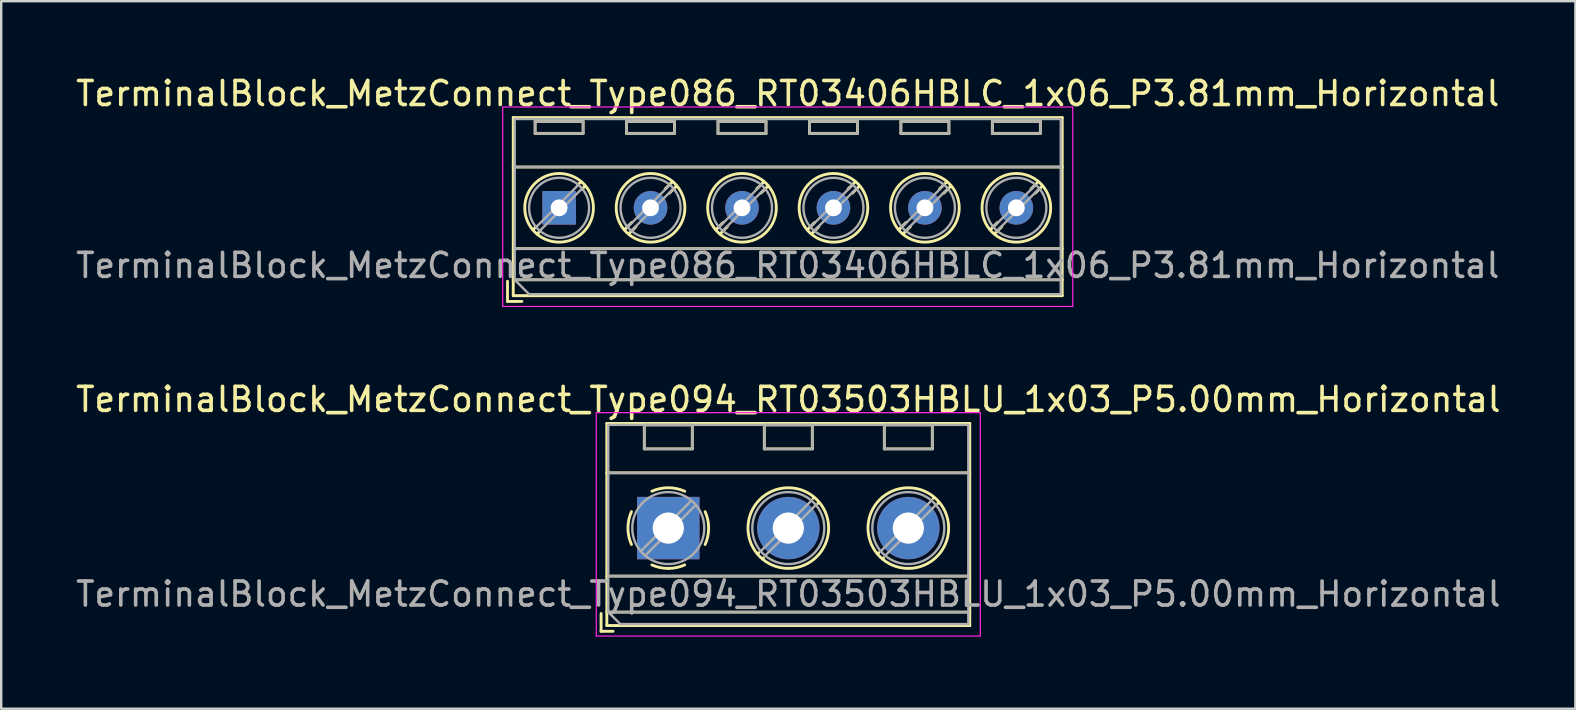
<source format=kicad_pcb>
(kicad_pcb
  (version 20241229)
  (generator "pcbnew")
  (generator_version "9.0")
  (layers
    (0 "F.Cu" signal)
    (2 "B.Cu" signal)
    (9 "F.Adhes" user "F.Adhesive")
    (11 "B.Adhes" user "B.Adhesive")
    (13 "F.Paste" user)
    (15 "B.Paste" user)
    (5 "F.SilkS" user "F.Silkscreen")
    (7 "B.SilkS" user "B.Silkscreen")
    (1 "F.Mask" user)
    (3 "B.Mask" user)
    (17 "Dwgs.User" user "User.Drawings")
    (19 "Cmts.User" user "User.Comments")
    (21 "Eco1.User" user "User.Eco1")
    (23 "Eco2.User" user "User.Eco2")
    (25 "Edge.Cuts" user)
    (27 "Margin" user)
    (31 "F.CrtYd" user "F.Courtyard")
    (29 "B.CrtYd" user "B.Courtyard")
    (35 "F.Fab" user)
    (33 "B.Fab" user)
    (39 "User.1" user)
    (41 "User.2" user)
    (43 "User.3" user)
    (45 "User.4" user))
  (footprint "TerminalBlock_MetzConnect_Type086_RT03406HBLC_1x06_P3.81mm_Horizontal"
    (layer "F.Cu")
    (at 20.243 5.608)
    (property "Reference" "TerminalBlock_MetzConnect_Type086_RT03406HBLC_1x06_P3.81mm_Horizontal" (at 9.525 -4.76 0) (layer "F.SilkS") (effects (font (size 1 1) (thickness 0.15))))
    (attr through_hole)
    (fp_line (start -2.15 3.06) (end -2.15 3.9) (stroke (width 0.12) (type solid)) (layer "F.SilkS"))
    (fp_line (start -2.15 3.9) (end -1.55 3.9) (stroke (width 0.12) (type solid)) (layer "F.SilkS"))
    (fp_line (start -1.91 -3.76) (end -1.91 3.66) (stroke (width 0.12) (type solid)) (layer "F.SilkS"))
    (fp_line (start -1.91 -3.76) (end 20.96 -3.76) (stroke (width 0.12) (type solid)) (layer "F.SilkS"))
    (fp_line (start -1.91 -1.7) (end 20.96 -1.7) (stroke (width 0.12) (type solid)) (layer "F.SilkS"))
    (fp_line (start -1.91 1.701) (end 20.96 1.701) (stroke (width 0.12) (type solid)) (layer "F.SilkS"))
    (fp_line (start -1.91 3) (end 20.96 3) (stroke (width 0.12) (type solid)) (layer "F.SilkS"))
    (fp_line (start -1.91 3.66) (end 20.96 3.66) (stroke (width 0.12) (type solid)) (layer "F.SilkS"))
    (fp_line (start -1 -3.6) (end -1 -3.1) (stroke (width 0.12) (type solid)) (layer "F.SilkS"))
    (fp_line (start -1 -3.6) (end 1 -3.6) (stroke (width 0.12) (type solid)) (layer "F.SilkS"))
    (fp_line (start -1 -3.1) (end 1 -3.1) (stroke (width 0.12) (type solid)) (layer "F.SilkS"))
    (fp_line (start -0.946 0.771) (end -1.085 0.91) (stroke (width 0.12) (type solid)) (layer "F.SilkS"))
    (fp_line (start -0.771 0.945) (end -0.911 1.085) (stroke (width 0.12) (type solid)) (layer "F.SilkS"))
    (fp_line (start 0.911 -1.085) (end 0.771 -0.945) (stroke (width 0.12) (type solid)) (layer "F.SilkS"))
    (fp_line (start 1 -3.6) (end 1 -3.1) (stroke (width 0.12) (type solid)) (layer "F.SilkS"))
    (fp_line (start 1.085 -0.91) (end 0.945 -0.771) (stroke (width 0.12) (type solid)) (layer "F.SilkS"))
    (fp_line (start 2.81 -3.6) (end 2.81 -3.1) (stroke (width 0.12) (type solid)) (layer "F.SilkS"))
    (fp_line (start 2.81 -3.6) (end 4.81 -3.6) (stroke (width 0.12) (type solid)) (layer "F.SilkS"))
    (fp_line (start 2.81 -3.1) (end 4.81 -3.1) (stroke (width 0.12) (type solid)) (layer "F.SilkS"))
    (fp_line (start 3.025 0.611) (end 2.726 0.91) (stroke (width 0.12) (type solid)) (layer "F.SilkS"))
    (fp_line (start 3.2 0.786) (end 2.9 1.085) (stroke (width 0.12) (type solid)) (layer "F.SilkS"))
    (fp_line (start 4.721 -1.085) (end 4.421 -0.786) (stroke (width 0.12) (type solid)) (layer "F.SilkS"))
    (fp_line (start 4.81 -3.6) (end 4.81 -3.1) (stroke (width 0.12) (type solid)) (layer "F.SilkS"))
    (fp_line (start 4.895 -0.91) (end 4.596 -0.611) (stroke (width 0.12) (type solid)) (layer "F.SilkS"))
    (fp_line (start 6.62 -3.6) (end 6.62 -3.1) (stroke (width 0.12) (type solid)) (layer "F.SilkS"))
    (fp_line (start 6.62 -3.6) (end 8.62 -3.6) (stroke (width 0.12) (type solid)) (layer "F.SilkS"))
    (fp_line (start 6.62 -3.1) (end 8.62 -3.1) (stroke (width 0.12) (type solid)) (layer "F.SilkS"))
    (fp_line (start 6.835 0.611) (end 6.536 0.91) (stroke (width 0.12) (type solid)) (layer "F.SilkS"))
    (fp_line (start 7.01 0.786) (end 6.71 1.085) (stroke (width 0.12) (type solid)) (layer "F.SilkS"))
    (fp_line (start 8.531 -1.085) (end 8.231 -0.786) (stroke (width 0.12) (type solid)) (layer "F.SilkS"))
    (fp_line (start 8.62 -3.6) (end 8.62 -3.1) (stroke (width 0.12) (type solid)) (layer "F.SilkS"))
    (fp_line (start 8.705 -0.91) (end 8.406 -0.611) (stroke (width 0.12) (type solid)) (layer "F.SilkS"))
    (fp_line (start 10.43 -3.6) (end 10.43 -3.1) (stroke (width 0.12) (type solid)) (layer "F.SilkS"))
    (fp_line (start 10.43 -3.6) (end 12.43 -3.6) (stroke (width 0.12) (type solid)) (layer "F.SilkS"))
    (fp_line (start 10.43 -3.1) (end 12.43 -3.1) (stroke (width 0.12) (type solid)) (layer "F.SilkS"))
    (fp_line (start 10.645 0.611) (end 10.346 0.91) (stroke (width 0.12) (type solid)) (layer "F.SilkS"))
    (fp_line (start 10.82 0.786) (end 10.52 1.085) (stroke (width 0.12) (type solid)) (layer "F.SilkS"))
    (fp_line (start 12.341 -1.085) (end 12.041 -0.786) (stroke (width 0.12) (type solid)) (layer "F.SilkS"))
    (fp_line (start 12.43 -3.6) (end 12.43 -3.1) (stroke (width 0.12) (type solid)) (layer "F.SilkS"))
    (fp_line (start 12.515 -0.91) (end 12.216 -0.611) (stroke (width 0.12) (type solid)) (layer "F.SilkS"))
    (fp_line (start 14.24 -3.6) (end 14.24 -3.1) (stroke (width 0.12) (type solid)) (layer "F.SilkS"))
    (fp_line (start 14.24 -3.6) (end 16.241 -3.6) (stroke (width 0.12) (type solid)) (layer "F.SilkS"))
    (fp_line (start 14.24 -3.1) (end 16.241 -3.1) (stroke (width 0.12) (type solid)) (layer "F.SilkS"))
    (fp_line (start 14.455 0.611) (end 14.156 0.91) (stroke (width 0.12) (type solid)) (layer "F.SilkS"))
    (fp_line (start 14.63 0.786) (end 14.33 1.085) (stroke (width 0.12) (type solid)) (layer "F.SilkS"))
    (fp_line (start 16.151 -1.085) (end 15.851 -0.786) (stroke (width 0.12) (type solid)) (layer "F.SilkS"))
    (fp_line (start 16.241 -3.6) (end 16.241 -3.1) (stroke (width 0.12) (type solid)) (layer "F.SilkS"))
    (fp_line (start 16.325 -0.91) (end 16.026 -0.611) (stroke (width 0.12) (type solid)) (layer "F.SilkS"))
    (fp_line (start 18.05 -3.6) (end 18.05 -3.1) (stroke (width 0.12) (type solid)) (layer "F.SilkS"))
    (fp_line (start 18.05 -3.6) (end 20.05 -3.6) (stroke (width 0.12) (type solid)) (layer "F.SilkS"))
    (fp_line (start 18.05 -3.1) (end 20.05 -3.1) (stroke (width 0.12) (type solid)) (layer "F.SilkS"))
    (fp_line (start 18.265 0.611) (end 17.966 0.91) (stroke (width 0.12) (type solid)) (layer "F.SilkS"))
    (fp_line (start 18.44 0.786) (end 18.14 1.085) (stroke (width 0.12) (type solid)) (layer "F.SilkS"))
    (fp_line (start 19.961 -1.085) (end 19.661 -0.786) (stroke (width 0.12) (type solid)) (layer "F.SilkS"))
    (fp_line (start 20.05 -3.6) (end 20.05 -3.1) (stroke (width 0.12) (type solid)) (layer "F.SilkS"))
    (fp_line (start 20.135 -0.91) (end 19.836 -0.611) (stroke (width 0.12) (type solid)) (layer "F.SilkS"))
    (fp_line (start 20.96 -3.76) (end 20.96 3.66) (stroke (width 0.12) (type solid)) (layer "F.SilkS"))
    (fp_circle (center 0 0) (end 1.43 0) (stroke (width 0.12) (type solid)) (fill no) (layer "F.SilkS"))
    (fp_circle (center 3.81 0) (end 5.24 0) (stroke (width 0.12) (type solid)) (fill no) (layer "F.SilkS"))
    (fp_circle (center 7.62 0) (end 9.05 0) (stroke (width 0.12) (type solid)) (fill no) (layer "F.SilkS"))
    (fp_circle (center 11.43 0) (end 12.86 0) (stroke (width 0.12) (type solid)) (fill no) (layer "F.SilkS"))
    (fp_circle (center 15.24 0) (end 16.67 0) (stroke (width 0.12) (type solid)) (fill no) (layer "F.SilkS"))
    (fp_circle (center 19.05 0) (end 20.48 0) (stroke (width 0.12) (type solid)) (fill no) (layer "F.SilkS"))
    (fp_line (start -2.35 -4.2) (end -2.35 4.11) (stroke (width 0.05) (type solid)) (layer "F.CrtYd"))
    (fp_line (start -2.35 4.11) (end 21.4 4.11) (stroke (width 0.05) (type solid)) (layer "F.CrtYd"))
    (fp_line (start 21.4 -4.2) (end -2.35 -4.2) (stroke (width 0.05) (type solid)) (layer "F.CrtYd"))
    (fp_line (start 21.4 4.11) (end 21.4 -4.2) (stroke (width 0.05) (type solid)) (layer "F.CrtYd"))
    (fp_line (start -1.85 -3.7) (end 20.9 -3.7) (stroke (width 0.1) (type solid)) (layer "F.Fab"))
    (fp_line (start -1.85 -1.7) (end 20.9 -1.7) (stroke (width 0.1) (type solid)) (layer "F.Fab"))
    (fp_line (start -1.85 1.7) (end 20.9 1.7) (stroke (width 0.1) (type solid)) (layer "F.Fab"))
    (fp_line (start -1.85 3) (end -1.85 -3.7) (stroke (width 0.1) (type solid)) (layer "F.Fab"))
    (fp_line (start -1.85 3) (end 20.9 3) (stroke (width 0.1) (type solid)) (layer "F.Fab"))
    (fp_line (start -1.25 3.6) (end -1.85 3) (stroke (width 0.1) (type solid)) (layer "F.Fab"))
    (fp_line (start -1 -3.6) (end -1 -3.1) (stroke (width 0.1) (type solid)) (layer "F.Fab"))
    (fp_line (start -1 -3.1) (end 1 -3.1) (stroke (width 0.1) (type solid)) (layer "F.Fab"))
    (fp_line (start 0.796 -0.948) (end -0.949 0.796) (stroke (width 0.1) (type solid)) (layer "F.Fab"))
    (fp_line (start 0.949 -0.796) (end -0.796 0.948) (stroke (width 0.1) (type solid)) (layer "F.Fab"))
    (fp_line (start 1 -3.6) (end -1 -3.6) (stroke (width 0.1) (type solid)) (layer "F.Fab"))
    (fp_line (start 1 -3.1) (end 1 -3.6) (stroke (width 0.1) (type solid)) (layer "F.Fab"))
    (fp_line (start 2.81 -3.6) (end 2.81 -3.1) (stroke (width 0.1) (type solid)) (layer "F.Fab"))
    (fp_line (start 2.81 -3.1) (end 4.81 -3.1) (stroke (width 0.1) (type solid)) (layer "F.Fab"))
    (fp_line (start 4.606 -0.948) (end 2.862 0.796) (stroke (width 0.1) (type solid)) (layer "F.Fab"))
    (fp_line (start 4.759 -0.796) (end 3.015 0.948) (stroke (width 0.1) (type solid)) (layer "F.Fab"))
    (fp_line (start 4.81 -3.6) (end 2.81 -3.6) (stroke (width 0.1) (type solid)) (layer "F.Fab"))
    (fp_line (start 4.81 -3.1) (end 4.81 -3.6) (stroke (width 0.1) (type solid)) (layer "F.Fab"))
    (fp_line (start 6.62 -3.6) (end 6.62 -3.1) (stroke (width 0.1) (type solid)) (layer "F.Fab"))
    (fp_line (start 6.62 -3.1) (end 8.62 -3.1) (stroke (width 0.1) (type solid)) (layer "F.Fab"))
    (fp_line (start 8.416 -0.948) (end 6.672 0.796) (stroke (width 0.1) (type solid)) (layer "F.Fab"))
    (fp_line (start 8.569 -0.796) (end 6.825 0.948) (stroke (width 0.1) (type solid)) (layer "F.Fab"))
    (fp_line (start 8.62 -3.6) (end 6.62 -3.6) (stroke (width 0.1) (type solid)) (layer "F.Fab"))
    (fp_line (start 8.62 -3.1) (end 8.62 -3.6) (stroke (width 0.1) (type solid)) (layer "F.Fab"))
    (fp_line (start 10.43 -3.6) (end 10.43 -3.1) (stroke (width 0.1) (type solid)) (layer "F.Fab"))
    (fp_line (start 10.43 -3.1) (end 12.43 -3.1) (stroke (width 0.1) (type solid)) (layer "F.Fab"))
    (fp_line (start 12.226 -0.948) (end 10.482 0.796) (stroke (width 0.1) (type solid)) (layer "F.Fab"))
    (fp_line (start 12.379 -0.796) (end 10.635 0.948) (stroke (width 0.1) (type solid)) (layer "F.Fab"))
    (fp_line (start 12.43 -3.6) (end 10.43 -3.6) (stroke (width 0.1) (type solid)) (layer "F.Fab"))
    (fp_line (start 12.43 -3.1) (end 12.43 -3.6) (stroke (width 0.1) (type solid)) (layer "F.Fab"))
    (fp_line (start 14.24 -3.6) (end 14.24 -3.1) (stroke (width 0.1) (type solid)) (layer "F.Fab"))
    (fp_line (start 14.24 -3.1) (end 16.24 -3.1) (stroke (width 0.1) (type solid)) (layer "F.Fab"))
    (fp_line (start 16.036 -0.948) (end 14.292 0.796) (stroke (width 0.1) (type solid)) (layer "F.Fab"))
    (fp_line (start 16.189 -0.796) (end 14.445 0.948) (stroke (width 0.1) (type solid)) (layer "F.Fab"))
    (fp_line (start 16.24 -3.6) (end 14.24 -3.6) (stroke (width 0.1) (type solid)) (layer "F.Fab"))
    (fp_line (start 16.24 -3.1) (end 16.24 -3.6) (stroke (width 0.1) (type solid)) (layer "F.Fab"))
    (fp_line (start 18.05 -3.6) (end 18.05 -3.1) (stroke (width 0.1) (type solid)) (layer "F.Fab"))
    (fp_line (start 18.05 -3.1) (end 20.05 -3.1) (stroke (width 0.1) (type solid)) (layer "F.Fab"))
    (fp_line (start 19.846 -0.948) (end 18.102 0.796) (stroke (width 0.1) (type solid)) (layer "F.Fab"))
    (fp_line (start 19.999 -0.796) (end 18.255 0.948) (stroke (width 0.1) (type solid)) (layer "F.Fab"))
    (fp_line (start 20.05 -3.6) (end 18.05 -3.6) (stroke (width 0.1) (type solid)) (layer "F.Fab"))
    (fp_line (start 20.05 -3.1) (end 20.05 -3.6) (stroke (width 0.1) (type solid)) (layer "F.Fab"))
    (fp_line (start 20.9 -3.7) (end 20.9 3.6) (stroke (width 0.1) (type solid)) (layer "F.Fab"))
    (fp_line (start 20.9 3.6) (end -1.25 3.6) (stroke (width 0.1) (type solid)) (layer "F.Fab"))
    (fp_circle (center 0 0) (end 1.25 0) (stroke (width 0.1) (type solid)) (fill no) (layer "F.Fab"))
    (fp_circle (center 3.81 0) (end 5.06 0) (stroke (width 0.1) (type solid)) (fill no) (layer "F.Fab"))
    (fp_circle (center 7.62 0) (end 8.87 0) (stroke (width 0.1) (type solid)) (fill no) (layer "F.Fab"))
    (fp_circle (center 11.43 0) (end 12.68 0) (stroke (width 0.1) (type solid)) (fill no) (layer "F.Fab"))
    (fp_circle (center 15.24 0) (end 16.49 0) (stroke (width 0.1) (type solid)) (fill no) (layer "F.Fab"))
    (fp_circle (center 19.05 0) (end 20.3 0) (stroke (width 0.1) (type solid)) (fill no) (layer "F.Fab"))
    (fp_text user "${REFERENCE}" (at 9.525 2.4 0) (layer "F.Fab") (effects (font (size 1 1) (thickness 0.15))))
    (pad "1" thru_hole rect (at 0 0) (size 1.4 1.4) (drill 0.7) (layers "*.Cu" "*.Mask"))
    (pad "2" thru_hole circle (at 3.81 0) (size 1.4 1.4) (drill 0.7) (layers "*.Cu" "*.Mask"))
    (pad "3" thru_hole circle (at 7.62 0) (size 1.4 1.4) (drill 0.7) (layers "*.Cu" "*.Mask"))
    (pad "4" thru_hole circle (at 11.43 0) (size 1.4 1.4) (drill 0.7) (layers "*.Cu" "*.Mask"))
    (pad "5" thru_hole circle (at 15.24 0) (size 1.4 1.4) (drill 0.7) (layers "*.Cu" "*.Mask"))
    (pad "6" thru_hole circle (at 19.05 0) (size 1.4 1.4) (drill 0.7) (layers "*.Cu" "*.Mask")))
  (footprint "TerminalBlock_MetzConnect_Type094_RT03503HBLU_1x03_P5.00mm_Horizontal"
    (layer "F.Cu")
    (at 24.792 18.951)
    (property "Reference" "TerminalBlock_MetzConnect_Type094_RT03503HBLU_1x03_P5.00mm_Horizontal" (at 5 -5.36 0) (layer "F.SilkS") (effects (font (size 1 1) (thickness 0.15))))
    (attr through_hole)
    (fp_line (start -2.8 3.56) (end -2.8 4.3) (stroke (width 0.12) (type solid)) (layer "F.SilkS"))
    (fp_line (start -2.8 4.3) (end -2.3 4.3) (stroke (width 0.12) (type solid)) (layer "F.SilkS"))
    (fp_line (start -2.56 -4.36) (end -2.56 4.06) (stroke (width 0.12) (type solid)) (layer "F.SilkS"))
    (fp_line (start -2.56 -4.36) (end 12.56 -4.36) (stroke (width 0.12) (type solid)) (layer "F.SilkS"))
    (fp_line (start -2.56 -2.301) (end 12.56 -2.301) (stroke (width 0.12) (type solid)) (layer "F.SilkS"))
    (fp_line (start -2.56 2) (end 12.56 2) (stroke (width 0.12) (type solid)) (layer "F.SilkS"))
    (fp_line (start -2.56 3.5) (end 12.56 3.5) (stroke (width 0.12) (type solid)) (layer "F.SilkS"))
    (fp_line (start -2.56 4.06) (end 12.56 4.06) (stroke (width 0.12) (type solid)) (layer "F.SilkS"))
    (fp_line (start -1 -4.3) (end -1 -3.3) (stroke (width 0.12) (type solid)) (layer "F.SilkS"))
    (fp_line (start -1 -4.3) (end 1 -4.3) (stroke (width 0.12) (type solid)) (layer "F.SilkS"))
    (fp_line (start -1 -3.3) (end 1 -3.3) (stroke (width 0.12) (type solid)) (layer "F.SilkS"))
    (fp_line (start 1 -4.3) (end 1 -3.3) (stroke (width 0.12) (type solid)) (layer "F.SilkS"))
    (fp_line (start 3.773 1.023) (end 3.726 1.069) (stroke (width 0.12) (type solid)) (layer "F.SilkS"))
    (fp_line (start 3.966 1.239) (end 3.931 1.274) (stroke (width 0.12) (type solid)) (layer "F.SilkS"))
    (fp_line (start 4 -4.3) (end 4 -3.3) (stroke (width 0.12) (type solid)) (layer "F.SilkS"))
    (fp_line (start 4 -4.3) (end 6 -4.3) (stroke (width 0.12) (type solid)) (layer "F.SilkS"))
    (fp_line (start 4 -3.3) (end 6 -3.3) (stroke (width 0.12) (type solid)) (layer "F.SilkS"))
    (fp_line (start 6 -4.3) (end 6 -3.3) (stroke (width 0.12) (type solid)) (layer "F.SilkS"))
    (fp_line (start 6.07 -1.275) (end 6.035 -1.239) (stroke (width 0.12) (type solid)) (layer "F.SilkS"))
    (fp_line (start 6.275 -1.069) (end 6.228 -1.023) (stroke (width 0.12) (type solid)) (layer "F.SilkS"))
    (fp_line (start 8.773 1.023) (end 8.726 1.069) (stroke (width 0.12) (type solid)) (layer "F.SilkS"))
    (fp_line (start 8.966 1.239) (end 8.931 1.274) (stroke (width 0.12) (type solid)) (layer "F.SilkS"))
    (fp_line (start 9 -4.3) (end 9 -3.3) (stroke (width 0.12) (type solid)) (layer "F.SilkS"))
    (fp_line (start 9 -4.3) (end 11 -4.3) (stroke (width 0.12) (type solid)) (layer "F.SilkS"))
    (fp_line (start 9 -3.3) (end 11 -3.3) (stroke (width 0.12) (type solid)) (layer "F.SilkS"))
    (fp_line (start 11 -4.3) (end 11 -3.3) (stroke (width 0.12) (type solid)) (layer "F.SilkS"))
    (fp_line (start 11.07 -1.275) (end 11.035 -1.239) (stroke (width 0.12) (type solid)) (layer "F.SilkS"))
    (fp_line (start 11.275 -1.069) (end 11.228 -1.023) (stroke (width 0.12) (type solid)) (layer "F.SilkS"))
    (fp_line (start 12.56 -4.36) (end 12.56 4.06) (stroke (width 0.12) (type solid)) (layer "F.SilkS"))
    (fp_arc (start -1.535427 0.683042) (mid -1.680501 -0.000524) (end -1.535 -0.684) (stroke (width 0.12) (type solid)) (layer "F.SilkS"))
    (fp_arc (start -0.683042 -1.535427) (mid 0.000524 -1.680501) (end 0.684 -1.535) (stroke (width 0.12) (type solid)) (layer "F.SilkS"))
    (fp_arc (start 0.028805 1.680253) (mid -0.335551 1.646659) (end -0.684 1.535) (stroke (width 0.12) (type solid)) (layer "F.SilkS"))
    (fp_arc (start 0.683318 1.534756) (mid 0.349292 1.643288) (end 0 1.68) (stroke (width 0.12) (type solid)) (layer "F.SilkS"))
    (fp_arc (start 1.535427 -0.683042) (mid 1.680501 0.000524) (end 1.535 0.684) (stroke (width 0.12) (type solid)) (layer "F.SilkS"))
    (fp_circle (center 5 0) (end 6.68 0) (stroke (width 0.12) (type solid)) (fill no) (layer "F.SilkS"))
    (fp_circle (center 10 0) (end 11.68 0) (stroke (width 0.12) (type solid)) (fill no) (layer "F.SilkS"))
    (fp_line (start -3 -4.81) (end -3 4.5) (stroke (width 0.05) (type solid)) (layer "F.CrtYd"))
    (fp_line (start -3 4.5) (end 13 4.5) (stroke (width 0.05) (type solid)) (layer "F.CrtYd"))
    (fp_line (start 13 -4.81) (end -3 -4.81) (stroke (width 0.05) (type solid)) (layer "F.CrtYd"))
    (fp_line (start 13 4.5) (end 13 -4.81) (stroke (width 0.05) (type solid)) (layer "F.CrtYd"))
    (fp_line (start -2.5 -4.3) (end 12.5 -4.3) (stroke (width 0.1) (type solid)) (layer "F.Fab"))
    (fp_line (start -2.5 -2.3) (end 12.5 -2.3) (stroke (width 0.1) (type solid)) (layer "F.Fab"))
    (fp_line (start -2.5 2) (end 12.5 2) (stroke (width 0.1) (type solid)) (layer "F.Fab"))
    (fp_line (start -2.5 3.5) (end -2.5 -4.3) (stroke (width 0.1) (type solid)) (layer "F.Fab"))
    (fp_line (start -2.5 3.5) (end 12.5 3.5) (stroke (width 0.1) (type solid)) (layer "F.Fab"))
    (fp_line (start -2 4) (end -2.5 3.5) (stroke (width 0.1) (type solid)) (layer "F.Fab"))
    (fp_line (start -1 -4.3) (end -1 -3.3) (stroke (width 0.1) (type solid)) (layer "F.Fab"))
    (fp_line (start -1 -3.3) (end 1 -3.3) (stroke (width 0.1) (type solid)) (layer "F.Fab"))
    (fp_line (start 0.955 -1.138) (end -1.138 0.955) (stroke (width 0.1) (type solid)) (layer "F.Fab"))
    (fp_line (start 1 -4.3) (end -1 -4.3) (stroke (width 0.1) (type solid)) (layer "F.Fab"))
    (fp_line (start 1 -3.3) (end 1 -4.3) (stroke (width 0.1) (type solid)) (layer "F.Fab"))
    (fp_line (start 1.138 -0.955) (end -0.955 1.138) (stroke (width 0.1) (type solid)) (layer "F.Fab"))
    (fp_line (start 4 -4.3) (end 4 -3.3) (stroke (width 0.1) (type solid)) (layer "F.Fab"))
    (fp_line (start 4 -3.3) (end 6 -3.3) (stroke (width 0.1) (type solid)) (layer "F.Fab"))
    (fp_line (start 5.955 -1.138) (end 3.863 0.955) (stroke (width 0.1) (type solid)) (layer "F.Fab"))
    (fp_line (start 6 -4.3) (end 4 -4.3) (stroke (width 0.1) (type solid)) (layer "F.Fab"))
    (fp_line (start 6 -3.3) (end 6 -4.3) (stroke (width 0.1) (type solid)) (layer "F.Fab"))
    (fp_line (start 6.138 -0.955) (end 4.046 1.138) (stroke (width 0.1) (type solid)) (layer "F.Fab"))
    (fp_line (start 9 -4.3) (end 9 -3.3) (stroke (width 0.1) (type solid)) (layer "F.Fab"))
    (fp_line (start 9 -3.3) (end 11 -3.3) (stroke (width 0.1) (type solid)) (layer "F.Fab"))
    (fp_line (start 10.955 -1.138) (end 8.863 0.955) (stroke (width 0.1) (type solid)) (layer "F.Fab"))
    (fp_line (start 11 -4.3) (end 9 -4.3) (stroke (width 0.1) (type solid)) (layer "F.Fab"))
    (fp_line (start 11 -3.3) (end 11 -4.3) (stroke (width 0.1) (type solid)) (layer "F.Fab"))
    (fp_line (start 11.138 -0.955) (end 9.046 1.138) (stroke (width 0.1) (type solid)) (layer "F.Fab"))
    (fp_line (start 12.5 -4.3) (end 12.5 4) (stroke (width 0.1) (type solid)) (layer "F.Fab"))
    (fp_line (start 12.5 4) (end -2 4) (stroke (width 0.1) (type solid)) (layer "F.Fab"))
    (fp_circle (center 0 0) (end 1.5 0) (stroke (width 0.1) (type solid)) (fill no) (layer "F.Fab"))
    (fp_circle (center 5 0) (end 6.5 0) (stroke (width 0.1) (type solid)) (fill no) (layer "F.Fab"))
    (fp_circle (center 10 0) (end 11.5 0) (stroke (width 0.1) (type solid)) (fill no) (layer "F.Fab"))
    (fp_text user "${REFERENCE}" (at 5 2.75 0) (layer "F.Fab") (effects (font (size 1 1) (thickness 0.15))))
    (pad "1" thru_hole rect (at 0 0) (size 2.6 2.6) (drill 1.3) (layers "*.Cu" "*.Mask"))
    (pad "2" thru_hole circle (at 5 0) (size 2.6 2.6) (drill 1.3) (layers "*.Cu" "*.Mask"))
    (pad "3" thru_hole circle (at 10 0) (size 2.6 2.6) (drill 1.3) (layers "*.Cu" "*.Mask")))
  (gr_rect
    (start -3 -3)
    (end 62.583 26.477)
    (stroke (width 0.1) (type default))
    (fill no)
    (layer "Edge.Cuts")))
</source>
